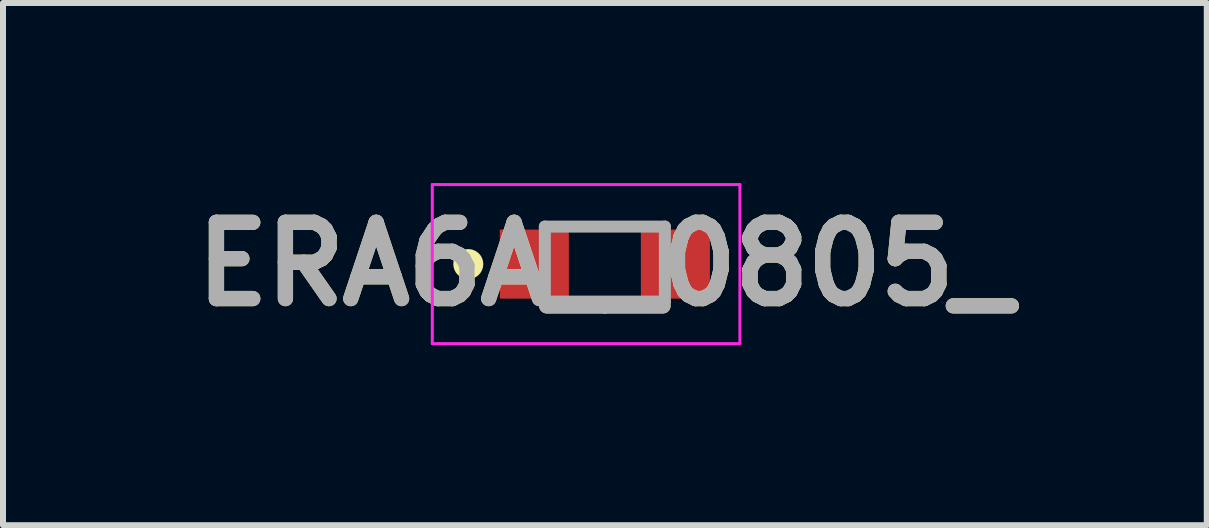
<source format=kicad_pcb>
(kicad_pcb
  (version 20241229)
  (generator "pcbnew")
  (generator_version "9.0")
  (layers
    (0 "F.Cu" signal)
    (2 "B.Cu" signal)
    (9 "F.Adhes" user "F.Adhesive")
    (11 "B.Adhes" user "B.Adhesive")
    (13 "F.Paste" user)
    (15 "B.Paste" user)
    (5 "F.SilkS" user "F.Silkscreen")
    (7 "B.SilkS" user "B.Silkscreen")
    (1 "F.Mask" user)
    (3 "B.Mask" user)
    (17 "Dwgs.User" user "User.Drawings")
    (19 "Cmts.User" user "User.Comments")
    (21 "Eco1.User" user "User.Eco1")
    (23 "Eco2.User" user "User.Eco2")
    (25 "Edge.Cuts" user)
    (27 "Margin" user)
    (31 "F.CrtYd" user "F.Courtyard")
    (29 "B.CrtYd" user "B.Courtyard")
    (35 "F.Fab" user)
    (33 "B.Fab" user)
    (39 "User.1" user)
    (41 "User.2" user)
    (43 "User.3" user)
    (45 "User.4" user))
  (footprint "ERA6A__0805_"
    (layer "F.Cu")
    (at 7.027 1.35)
    (property "Reference" "ERA6A__0805_" (at 0 0 0) (layer "F.SilkS") (effects (font (size 1.27 1.27) (thickness 0.254))))
    (attr smd)
    (fp_circle (center -2.275 0) (end -2.275 0.05) (stroke (width 0.2) (type solid)) (fill no) (layer "F.SilkS"))
    (fp_line (start -2.875 -1.325) (end 2.25 -1.325) (stroke (width 0.05) (type solid)) (layer "F.CrtYd"))
    (fp_line (start -2.875 1.325) (end -2.875 -1.325) (stroke (width 0.05) (type solid)) (layer "F.CrtYd"))
    (fp_line (start 2.25 -1.325) (end 2.25 1.325) (stroke (width 0.05) (type solid)) (layer "F.CrtYd"))
    (fp_line (start 2.25 1.325) (end -2.875 1.325) (stroke (width 0.05) (type solid)) (layer "F.CrtYd"))
    (fp_line (start -1 -0.625) (end 1 -0.625) (stroke (width 0.2) (type solid)) (layer "F.Fab"))
    (fp_line (start -1 0.625) (end -1 -0.625) (stroke (width 0.2) (type solid)) (layer "F.Fab"))
    (fp_line (start 1 -0.625) (end 1 0.625) (stroke (width 0.2) (type solid)) (layer "F.Fab"))
    (fp_line (start 1 0.625) (end -1 0.625) (stroke (width 0.2) (type solid)) (layer "F.Fab"))
    (fp_text user "${REFERENCE}" (at 0 0 0) (layer "F.Fab") (effects (font (size 1.27 1.27) (thickness 0.254))))
    (pad "1" smd rect (at -1.175 0 90) (size 1.15 1.15) (layers "F.Cu" "F.Mask" "F.Paste"))
    (pad "2" smd rect (at 1.175 0 90) (size 1.15 1.15) (layers "F.Cu" "F.Mask" "F.Paste")))
  (gr_rect
    (start -3 -3)
    (end 17.055 5.7)
    (stroke (width 0.1) (type default))
    (fill no)
    (layer "Edge.Cuts")))
</source>
